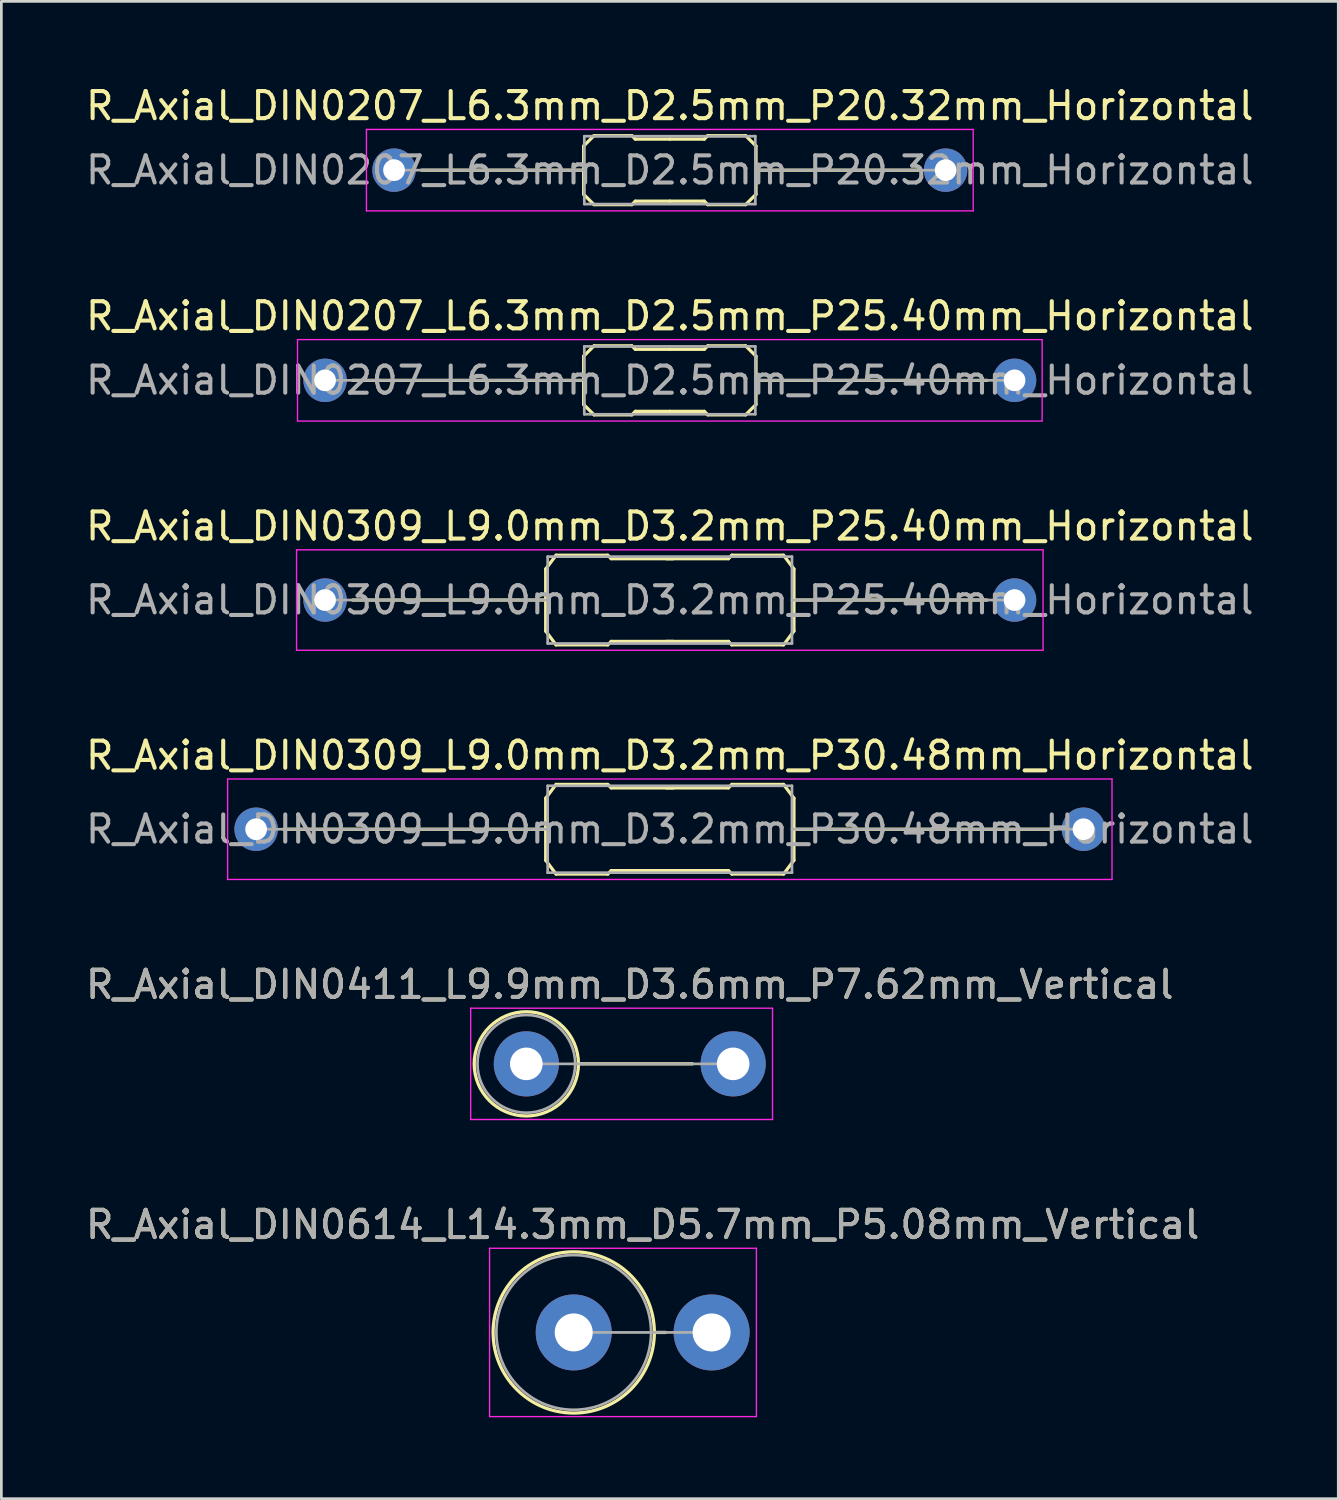
<source format=kicad_pcb>
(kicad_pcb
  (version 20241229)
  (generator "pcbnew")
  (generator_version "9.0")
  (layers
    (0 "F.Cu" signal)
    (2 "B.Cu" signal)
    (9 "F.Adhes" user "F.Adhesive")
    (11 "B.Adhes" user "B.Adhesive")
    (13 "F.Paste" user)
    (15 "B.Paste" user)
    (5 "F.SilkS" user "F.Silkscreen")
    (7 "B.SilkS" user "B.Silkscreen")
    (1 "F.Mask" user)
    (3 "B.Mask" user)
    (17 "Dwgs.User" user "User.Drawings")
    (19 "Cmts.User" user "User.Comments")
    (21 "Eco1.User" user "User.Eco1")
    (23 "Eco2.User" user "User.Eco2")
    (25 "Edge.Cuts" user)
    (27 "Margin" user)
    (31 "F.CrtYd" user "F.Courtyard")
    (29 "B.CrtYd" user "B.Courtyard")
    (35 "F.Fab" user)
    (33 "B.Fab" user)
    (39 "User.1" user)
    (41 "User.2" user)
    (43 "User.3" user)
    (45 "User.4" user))
  (footprint "R_Axial_DIN0309_L9.0mm_D3.2mm_P30.48mm_Horizontal"
    (layer "F.Cu")
    (at 6.385 27.498)
    (property "Reference" "R_Axial_DIN0309_L9.0mm_D3.2mm_P30.48mm_Horizontal" (at 15.24 -2.72 0) (layer "F.SilkS") (effects (font (size 1 1) (thickness 0.15))))
    (attr through_hole)
    (fp_line (start 10.668 -1.143) (end 11.049 -1.651) (stroke (width 0.12) (type solid)) (layer "F.SilkS"))
    (fp_line (start 10.668 0) (end 1.016 0) (stroke (width 0.12) (type solid)) (layer "F.SilkS"))
    (fp_line (start 10.668 1.143) (end 10.668 -1.143) (stroke (width 0.12) (type solid)) (layer "F.SilkS"))
    (fp_line (start 10.668 1.143) (end 11.049 1.651) (stroke (width 0.12) (type solid)) (layer "F.SilkS"))
    (fp_line (start 11.049 -1.651) (end 12.954 -1.651) (stroke (width 0.12) (type solid)) (layer "F.SilkS"))
    (fp_line (start 11.049 1.651) (end 12.954 1.651) (stroke (width 0.12) (type solid)) (layer "F.SilkS"))
    (fp_line (start 12.954 -1.651) (end 13.081 -1.524) (stroke (width 0.12) (type solid)) (layer "F.SilkS"))
    (fp_line (start 12.954 1.651) (end 13.081 1.524) (stroke (width 0.12) (type solid)) (layer "F.SilkS"))
    (fp_line (start 13.081 -1.524) (end 15.367 -1.524) (stroke (width 0.12) (type solid)) (layer "F.SilkS"))
    (fp_line (start 13.081 1.524) (end 15.367 1.524) (stroke (width 0.12) (type solid)) (layer "F.SilkS"))
    (fp_line (start 17.399 -1.524) (end 15.113 -1.524) (stroke (width 0.12) (type solid)) (layer "F.SilkS"))
    (fp_line (start 17.399 1.524) (end 15.113 1.524) (stroke (width 0.12) (type solid)) (layer "F.SilkS"))
    (fp_line (start 17.526 -1.651) (end 17.399 -1.524) (stroke (width 0.12) (type solid)) (layer "F.SilkS"))
    (fp_line (start 17.526 1.651) (end 17.399 1.524) (stroke (width 0.12) (type solid)) (layer "F.SilkS"))
    (fp_line (start 19.431 -1.651) (end 17.526 -1.651) (stroke (width 0.12) (type solid)) (layer "F.SilkS"))
    (fp_line (start 19.431 1.651) (end 17.526 1.651) (stroke (width 0.12) (type solid)) (layer "F.SilkS"))
    (fp_line (start 19.812 -1.143) (end 19.431 -1.651) (stroke (width 0.12) (type solid)) (layer "F.SilkS"))
    (fp_line (start 19.812 0) (end 29.464 0) (stroke (width 0.12) (type solid)) (layer "F.SilkS"))
    (fp_line (start 19.812 1.143) (end 19.431 1.651) (stroke (width 0.12) (type solid)) (layer "F.SilkS"))
    (fp_line (start 19.812 1.143) (end 19.812 -1.143) (stroke (width 0.12) (type solid)) (layer "F.SilkS"))
    (fp_line (start -1.05 -1.85) (end -1.05 1.85) (stroke (width 0.05) (type solid)) (layer "F.CrtYd"))
    (fp_line (start -1.05 1.85) (end 31.53 1.85) (stroke (width 0.05) (type solid)) (layer "F.CrtYd"))
    (fp_line (start 31.53 -1.85) (end -1.05 -1.85) (stroke (width 0.05) (type solid)) (layer "F.CrtYd"))
    (fp_line (start 31.53 1.85) (end 31.53 -1.85) (stroke (width 0.05) (type solid)) (layer "F.CrtYd"))
    (fp_line (start 0 0) (end 10.74 0) (stroke (width 0.1) (type solid)) (layer "F.Fab"))
    (fp_line (start 10.74 -1.6) (end 10.74 1.6) (stroke (width 0.1) (type solid)) (layer "F.Fab"))
    (fp_line (start 10.74 1.6) (end 19.74 1.6) (stroke (width 0.1) (type solid)) (layer "F.Fab"))
    (fp_line (start 19.74 -1.6) (end 10.74 -1.6) (stroke (width 0.1) (type solid)) (layer "F.Fab"))
    (fp_line (start 19.74 1.6) (end 19.74 -1.6) (stroke (width 0.1) (type solid)) (layer "F.Fab"))
    (fp_line (start 30.48 0) (end 19.74 0) (stroke (width 0.1) (type solid)) (layer "F.Fab"))
    (fp_text user "${REFERENCE}" (at 15.24 0 0) (layer "F.Fab") (effects (font (size 1 1) (thickness 0.15))))
    (pad "1" thru_hole circle (at 0 0) (size 1.6 1.6) (drill 0.8) (layers "*.Cu" "*.Mask"))
    (pad "2" thru_hole oval (at 30.48 0) (size 1.6 1.6) (drill 0.8) (layers "*.Cu" "*.Mask")))
  (footprint "R_Axial_DIN0411_L9.9mm_D3.6mm_P7.62mm_Vertical"
    (layer "F.Cu")
    (at 16.339 36.141)
    (property "Reference" "R_Axial_DIN0411_L9.9mm_D3.6mm_P7.62mm_Vertical" (at 3.81 -2.92 0) (layer "F.SilkS") (effects (font (size 1 1) (thickness 0.15))))
    (attr through_hole)
    (fp_line (start 1.92 0) (end 6.12 0) (stroke (width 0.12) (type solid)) (layer "F.SilkS"))
    (fp_circle (center 0 0) (end 1.92 0) (stroke (width 0.12) (type solid)) (fill no) (layer "F.SilkS"))
    (fp_line (start -2.05 -2.05) (end -2.05 2.05) (stroke (width 0.05) (type solid)) (layer "F.CrtYd"))
    (fp_line (start -2.05 2.05) (end 9.07 2.05) (stroke (width 0.05) (type solid)) (layer "F.CrtYd"))
    (fp_line (start 9.07 -2.05) (end -2.05 -2.05) (stroke (width 0.05) (type solid)) (layer "F.CrtYd"))
    (fp_line (start 9.07 2.05) (end 9.07 -2.05) (stroke (width 0.05) (type solid)) (layer "F.CrtYd"))
    (fp_line (start 0 0) (end 7.62 0) (stroke (width 0.1) (type solid)) (layer "F.Fab"))
    (fp_circle (center 0 0) (end 1.8 0) (stroke (width 0.1) (type solid)) (fill no) (layer "F.Fab"))
    (fp_text user "${REFERENCE}" (at 3.81 -2.92 0) (layer "F.Fab") (effects (font (size 1 1) (thickness 0.15))))
    (pad "1" thru_hole circle (at 0 0) (size 2.4 2.4) (drill 1.2) (layers "*.Cu" "*.Mask"))
    (pad "2" thru_hole oval (at 7.62 0) (size 2.4 2.4) (drill 1.2) (layers "*.Cu" "*.Mask")))
  (footprint "R_Axial_DIN0207_L6.3mm_D2.5mm_P20.32mm_Horizontal"
    (layer "F.Cu")
    (at 14.005 3.218)
    (property "Reference" "R_Axial_DIN0207_L6.3mm_D2.5mm_P20.32mm_Horizontal" (at 7.62 -2.37 0) (layer "F.SilkS") (effects (font (size 1 1) (thickness 0.15))))
    (attr through_hole)
    (fp_line (start 4.445 -0.889) (end 4.445 0.889) (stroke (width 0.12) (type solid)) (layer "F.SilkS"))
    (fp_line (start 4.445 -0.889) (end 4.826 -1.27) (stroke (width 0.12) (type solid)) (layer "F.SilkS"))
    (fp_line (start 4.445 0) (end -1.524 0) (stroke (width 0.12) (type solid)) (layer "F.SilkS"))
    (fp_line (start 4.445 0.889) (end 4.826 1.27) (stroke (width 0.12) (type solid)) (layer "F.SilkS"))
    (fp_line (start 4.826 -1.27) (end 6.223 -1.27) (stroke (width 0.12) (type solid)) (layer "F.SilkS"))
    (fp_line (start 4.826 1.27) (end 6.223 1.27) (stroke (width 0.12) (type solid)) (layer "F.SilkS"))
    (fp_line (start 6.223 -1.27) (end 6.35 -1.143) (stroke (width 0.12) (type solid)) (layer "F.SilkS"))
    (fp_line (start 6.223 1.27) (end 6.35 1.143) (stroke (width 0.12) (type solid)) (layer "F.SilkS"))
    (fp_line (start 6.35 -1.143) (end 7.62 -1.143) (stroke (width 0.12) (type solid)) (layer "F.SilkS"))
    (fp_line (start 6.35 1.143) (end 7.62 1.143) (stroke (width 0.12) (type solid)) (layer "F.SilkS"))
    (fp_line (start 8.89 -1.143) (end 7.62 -1.143) (stroke (width 0.12) (type solid)) (layer "F.SilkS"))
    (fp_line (start 8.89 1.143) (end 7.62 1.143) (stroke (width 0.12) (type solid)) (layer "F.SilkS"))
    (fp_line (start 9.017 -1.27) (end 8.89 -1.143) (stroke (width 0.12) (type solid)) (layer "F.SilkS"))
    (fp_line (start 9.017 1.27) (end 8.89 1.143) (stroke (width 0.12) (type solid)) (layer "F.SilkS"))
    (fp_line (start 10.414 -1.27) (end 9.017 -1.27) (stroke (width 0.12) (type solid)) (layer "F.SilkS"))
    (fp_line (start 10.414 1.27) (end 9.017 1.27) (stroke (width 0.12) (type solid)) (layer "F.SilkS"))
    (fp_line (start 10.795 -0.889) (end 10.414 -1.27) (stroke (width 0.12) (type solid)) (layer "F.SilkS"))
    (fp_line (start 10.795 -0.889) (end 10.795 0.889) (stroke (width 0.12) (type solid)) (layer "F.SilkS"))
    (fp_line (start 10.795 0) (end 16.764 0) (stroke (width 0.12) (type solid)) (layer "F.SilkS"))
    (fp_line (start 10.795 0.889) (end 10.414 1.27) (stroke (width 0.12) (type solid)) (layer "F.SilkS"))
    (fp_line (start -3.556 -1.5) (end -3.556 1.5) (stroke (width 0.05) (type solid)) (layer "F.CrtYd"))
    (fp_line (start -3.556 1.5) (end 18.796 1.5) (stroke (width 0.05) (type solid)) (layer "F.CrtYd"))
    (fp_line (start 18.796 -1.5) (end -3.556 -1.5) (stroke (width 0.05) (type solid)) (layer "F.CrtYd"))
    (fp_line (start 18.796 1.5) (end 18.796 -1.5) (stroke (width 0.05) (type solid)) (layer "F.CrtYd"))
    (fp_line (start -2.54 0) (end 4.47 0) (stroke (width 0.1) (type solid)) (layer "F.Fab"))
    (fp_line (start 4.47 -1.25) (end 4.47 1.25) (stroke (width 0.1) (type solid)) (layer "F.Fab"))
    (fp_line (start 4.47 1.25) (end 10.77 1.25) (stroke (width 0.1) (type solid)) (layer "F.Fab"))
    (fp_line (start 10.77 -1.25) (end 4.47 -1.25) (stroke (width 0.1) (type solid)) (layer "F.Fab"))
    (fp_line (start 10.77 1.25) (end 10.77 -1.25) (stroke (width 0.1) (type solid)) (layer "F.Fab"))
    (fp_line (start 17.78 0) (end 10.77 0) (stroke (width 0.1) (type solid)) (layer "F.Fab"))
    (fp_text user "${REFERENCE}" (at 7.62 0 0) (layer "F.Fab") (effects (font (size 1 1) (thickness 0.15))))
    (pad "1" thru_hole circle (at -2.54 0) (size 1.6 1.6) (drill 0.8) (layers "*.Cu" "*.Mask"))
    (pad "2" thru_hole oval (at 17.78 0) (size 1.6 1.6) (drill 0.8) (layers "*.Cu" "*.Mask")))
  (footprint "R_Axial_DIN0614_L14.3mm_D5.7mm_P5.08mm_Vertical"
    (layer "F.Cu")
    (at 18.085 46.035)
    (property "Reference" "R_Axial_DIN0614_L14.3mm_D5.7mm_P5.08mm_Vertical" (at 2.54 -3.97 0) (layer "F.SilkS") (effects (font (size 1 1) (thickness 0.15))))
    (attr through_hole)
    (fp_line (start 2.97 0) (end 3.38 0) (stroke (width 0.12) (type solid)) (layer "F.SilkS"))
    (fp_circle (center 0 0) (end 2.97 0) (stroke (width 0.12) (type solid)) (fill no) (layer "F.SilkS"))
    (fp_line (start -3.1 -3.1) (end -3.1 3.1) (stroke (width 0.05) (type solid)) (layer "F.CrtYd"))
    (fp_line (start -3.1 3.1) (end 6.73 3.1) (stroke (width 0.05) (type solid)) (layer "F.CrtYd"))
    (fp_line (start 6.73 -3.1) (end -3.1 -3.1) (stroke (width 0.05) (type solid)) (layer "F.CrtYd"))
    (fp_line (start 6.73 3.1) (end 6.73 -3.1) (stroke (width 0.05) (type solid)) (layer "F.CrtYd"))
    (fp_line (start 0 0) (end 5.08 0) (stroke (width 0.1) (type solid)) (layer "F.Fab"))
    (fp_circle (center 0 0) (end 2.85 0) (stroke (width 0.1) (type solid)) (fill no) (layer "F.Fab"))
    (fp_text user "${REFERENCE}" (at 2.54 -3.97 0) (layer "F.Fab") (effects (font (size 1 1) (thickness 0.15))))
    (pad "1" thru_hole circle (at 0 0) (size 2.8 2.8) (drill 1.4) (layers "*.Cu" "*.Mask"))
    (pad "2" thru_hole oval (at 5.08 0) (size 2.8 2.8) (drill 1.4) (layers "*.Cu" "*.Mask")))
  (footprint "R_Axial_DIN0207_L6.3mm_D2.5mm_P25.40mm_Horizontal"
    (layer "F.Cu")
    (at 11.465 10.961)
    (property "Reference" "R_Axial_DIN0207_L6.3mm_D2.5mm_P25.40mm_Horizontal" (at 10.16 -2.37 0) (layer "F.SilkS") (effects (font (size 1 1) (thickness 0.15))))
    (attr through_hole)
    (fp_line (start 6.985 -0.889) (end 6.985 0.889) (stroke (width 0.12) (type solid)) (layer "F.SilkS"))
    (fp_line (start 6.985 -0.889) (end 7.366 -1.27) (stroke (width 0.12) (type solid)) (layer "F.SilkS"))
    (fp_line (start 6.985 0) (end -1.524 0) (stroke (width 0.12) (type solid)) (layer "F.SilkS"))
    (fp_line (start 6.985 0.889) (end 7.366 1.27) (stroke (width 0.12) (type solid)) (layer "F.SilkS"))
    (fp_line (start 7.366 -1.27) (end 8.763 -1.27) (stroke (width 0.12) (type solid)) (layer "F.SilkS"))
    (fp_line (start 7.366 1.27) (end 8.763 1.27) (stroke (width 0.12) (type solid)) (layer "F.SilkS"))
    (fp_line (start 8.763 -1.27) (end 8.89 -1.143) (stroke (width 0.12) (type solid)) (layer "F.SilkS"))
    (fp_line (start 8.763 1.27) (end 8.89 1.143) (stroke (width 0.12) (type solid)) (layer "F.SilkS"))
    (fp_line (start 8.89 -1.143) (end 10.16 -1.143) (stroke (width 0.12) (type solid)) (layer "F.SilkS"))
    (fp_line (start 8.89 1.143) (end 10.16 1.143) (stroke (width 0.12) (type solid)) (layer "F.SilkS"))
    (fp_line (start 11.43 -1.143) (end 10.16 -1.143) (stroke (width 0.12) (type solid)) (layer "F.SilkS"))
    (fp_line (start 11.43 1.143) (end 10.16 1.143) (stroke (width 0.12) (type solid)) (layer "F.SilkS"))
    (fp_line (start 11.557 -1.27) (end 11.43 -1.143) (stroke (width 0.12) (type solid)) (layer "F.SilkS"))
    (fp_line (start 11.557 1.27) (end 11.43 1.143) (stroke (width 0.12) (type solid)) (layer "F.SilkS"))
    (fp_line (start 12.954 -1.27) (end 11.557 -1.27) (stroke (width 0.12) (type solid)) (layer "F.SilkS"))
    (fp_line (start 12.954 1.27) (end 11.557 1.27) (stroke (width 0.12) (type solid)) (layer "F.SilkS"))
    (fp_line (start 13.335 -0.889) (end 12.954 -1.27) (stroke (width 0.12) (type solid)) (layer "F.SilkS"))
    (fp_line (start 13.335 -0.889) (end 13.335 0.889) (stroke (width 0.12) (type solid)) (layer "F.SilkS"))
    (fp_line (start 13.335 0) (end 21.844 0) (stroke (width 0.12) (type solid)) (layer "F.SilkS"))
    (fp_line (start 13.335 0.889) (end 12.954 1.27) (stroke (width 0.12) (type solid)) (layer "F.SilkS"))
    (fp_line (start -3.556 -1.5) (end -3.556 1.5) (stroke (width 0.05) (type solid)) (layer "F.CrtYd"))
    (fp_line (start -3.556 1.5) (end 23.876 1.5) (stroke (width 0.05) (type solid)) (layer "F.CrtYd"))
    (fp_line (start 23.876 -1.5) (end -3.556 -1.5) (stroke (width 0.05) (type solid)) (layer "F.CrtYd"))
    (fp_line (start 23.876 1.5) (end 23.876 -1.5) (stroke (width 0.05) (type solid)) (layer "F.CrtYd"))
    (fp_line (start -2.54 0) (end 7.01 0) (stroke (width 0.1) (type solid)) (layer "F.Fab"))
    (fp_line (start 7.01 -1.25) (end 7.01 1.25) (stroke (width 0.1) (type solid)) (layer "F.Fab"))
    (fp_line (start 7.01 1.25) (end 13.31 1.25) (stroke (width 0.1) (type solid)) (layer "F.Fab"))
    (fp_line (start 13.31 -1.25) (end 7.01 -1.25) (stroke (width 0.1) (type solid)) (layer "F.Fab"))
    (fp_line (start 13.31 1.25) (end 13.31 -1.25) (stroke (width 0.1) (type solid)) (layer "F.Fab"))
    (fp_line (start 22.86 0) (end 13.31 0) (stroke (width 0.1) (type solid)) (layer "F.Fab"))
    (fp_text user "${REFERENCE}" (at 10.16 0 0) (layer "F.Fab") (effects (font (size 1 1) (thickness 0.15))))
    (pad "1" thru_hole circle (at -2.54 0) (size 1.6 1.6) (drill 0.8) (layers "*.Cu" "*.Mask"))
    (pad "2" thru_hole oval (at 22.86 0) (size 1.6 1.6) (drill 0.8) (layers "*.Cu" "*.Mask")))
  (footprint "R_Axial_DIN0309_L9.0mm_D3.2mm_P25.40mm_Horizontal"
    (layer "F.Cu")
    (at 8.925 19.055)
    (property "Reference" "R_Axial_DIN0309_L9.0mm_D3.2mm_P25.40mm_Horizontal" (at 12.7 -2.72 0) (layer "F.SilkS") (effects (font (size 1 1) (thickness 0.15))))
    (attr through_hole)
    (fp_line (start 8.128 -1.143) (end 8.509 -1.651) (stroke (width 0.12) (type solid)) (layer "F.SilkS"))
    (fp_line (start 8.128 0) (end 1.016 0) (stroke (width 0.12) (type solid)) (layer "F.SilkS"))
    (fp_line (start 8.128 1.143) (end 8.128 -1.143) (stroke (width 0.12) (type solid)) (layer "F.SilkS"))
    (fp_line (start 8.128 1.143) (end 8.509 1.651) (stroke (width 0.12) (type solid)) (layer "F.SilkS"))
    (fp_line (start 8.509 -1.651) (end 10.414 -1.651) (stroke (width 0.12) (type solid)) (layer "F.SilkS"))
    (fp_line (start 8.509 1.651) (end 10.414 1.651) (stroke (width 0.12) (type solid)) (layer "F.SilkS"))
    (fp_line (start 10.414 -1.651) (end 10.541 -1.524) (stroke (width 0.12) (type solid)) (layer "F.SilkS"))
    (fp_line (start 10.414 1.651) (end 10.541 1.524) (stroke (width 0.12) (type solid)) (layer "F.SilkS"))
    (fp_line (start 10.541 -1.524) (end 12.827 -1.524) (stroke (width 0.12) (type solid)) (layer "F.SilkS"))
    (fp_line (start 10.541 1.524) (end 12.827 1.524) (stroke (width 0.12) (type solid)) (layer "F.SilkS"))
    (fp_line (start 14.859 -1.524) (end 12.573 -1.524) (stroke (width 0.12) (type solid)) (layer "F.SilkS"))
    (fp_line (start 14.859 1.524) (end 12.573 1.524) (stroke (width 0.12) (type solid)) (layer "F.SilkS"))
    (fp_line (start 14.986 -1.651) (end 14.859 -1.524) (stroke (width 0.12) (type solid)) (layer "F.SilkS"))
    (fp_line (start 14.986 1.651) (end 14.859 1.524) (stroke (width 0.12) (type solid)) (layer "F.SilkS"))
    (fp_line (start 16.891 -1.651) (end 14.986 -1.651) (stroke (width 0.12) (type solid)) (layer "F.SilkS"))
    (fp_line (start 16.891 1.651) (end 14.986 1.651) (stroke (width 0.12) (type solid)) (layer "F.SilkS"))
    (fp_line (start 17.272 -1.143) (end 16.891 -1.651) (stroke (width 0.12) (type solid)) (layer "F.SilkS"))
    (fp_line (start 17.272 0) (end 24.384 0) (stroke (width 0.12) (type solid)) (layer "F.SilkS"))
    (fp_line (start 17.272 1.143) (end 16.891 1.651) (stroke (width 0.12) (type solid)) (layer "F.SilkS"))
    (fp_line (start 17.272 1.143) (end 17.272 -1.143) (stroke (width 0.12) (type solid)) (layer "F.SilkS"))
    (fp_line (start -1.05 -1.85) (end -1.05 1.85) (stroke (width 0.05) (type solid)) (layer "F.CrtYd"))
    (fp_line (start -1.05 1.85) (end 26.45 1.85) (stroke (width 0.05) (type solid)) (layer "F.CrtYd"))
    (fp_line (start 26.45 -1.85) (end -1.05 -1.85) (stroke (width 0.05) (type solid)) (layer "F.CrtYd"))
    (fp_line (start 26.45 1.85) (end 26.45 -1.85) (stroke (width 0.05) (type solid)) (layer "F.CrtYd"))
    (fp_line (start 0 0) (end 8.2 0) (stroke (width 0.1) (type solid)) (layer "F.Fab"))
    (fp_line (start 8.2 -1.6) (end 8.2 1.6) (stroke (width 0.1) (type solid)) (layer "F.Fab"))
    (fp_line (start 8.2 1.6) (end 17.2 1.6) (stroke (width 0.1) (type solid)) (layer "F.Fab"))
    (fp_line (start 17.2 -1.6) (end 8.2 -1.6) (stroke (width 0.1) (type solid)) (layer "F.Fab"))
    (fp_line (start 17.2 1.6) (end 17.2 -1.6) (stroke (width 0.1) (type solid)) (layer "F.Fab"))
    (fp_line (start 25.4 0) (end 17.2 0) (stroke (width 0.1) (type solid)) (layer "F.Fab"))
    (fp_text user "${REFERENCE}" (at 12.7 0 0) (layer "F.Fab") (effects (font (size 1 1) (thickness 0.15))))
    (pad "1" thru_hole circle (at 0 0) (size 1.6 1.6) (drill 0.8) (layers "*.Cu" "*.Mask"))
    (pad "2" thru_hole oval (at 25.4 0) (size 1.6 1.6) (drill 0.8) (layers "*.Cu" "*.Mask")))
  (gr_rect
    (start -3 -3)
    (end 46.25 52.16)
    (stroke (width 0.1) (type default))
    (fill no)
    (layer "Edge.Cuts")))
</source>
